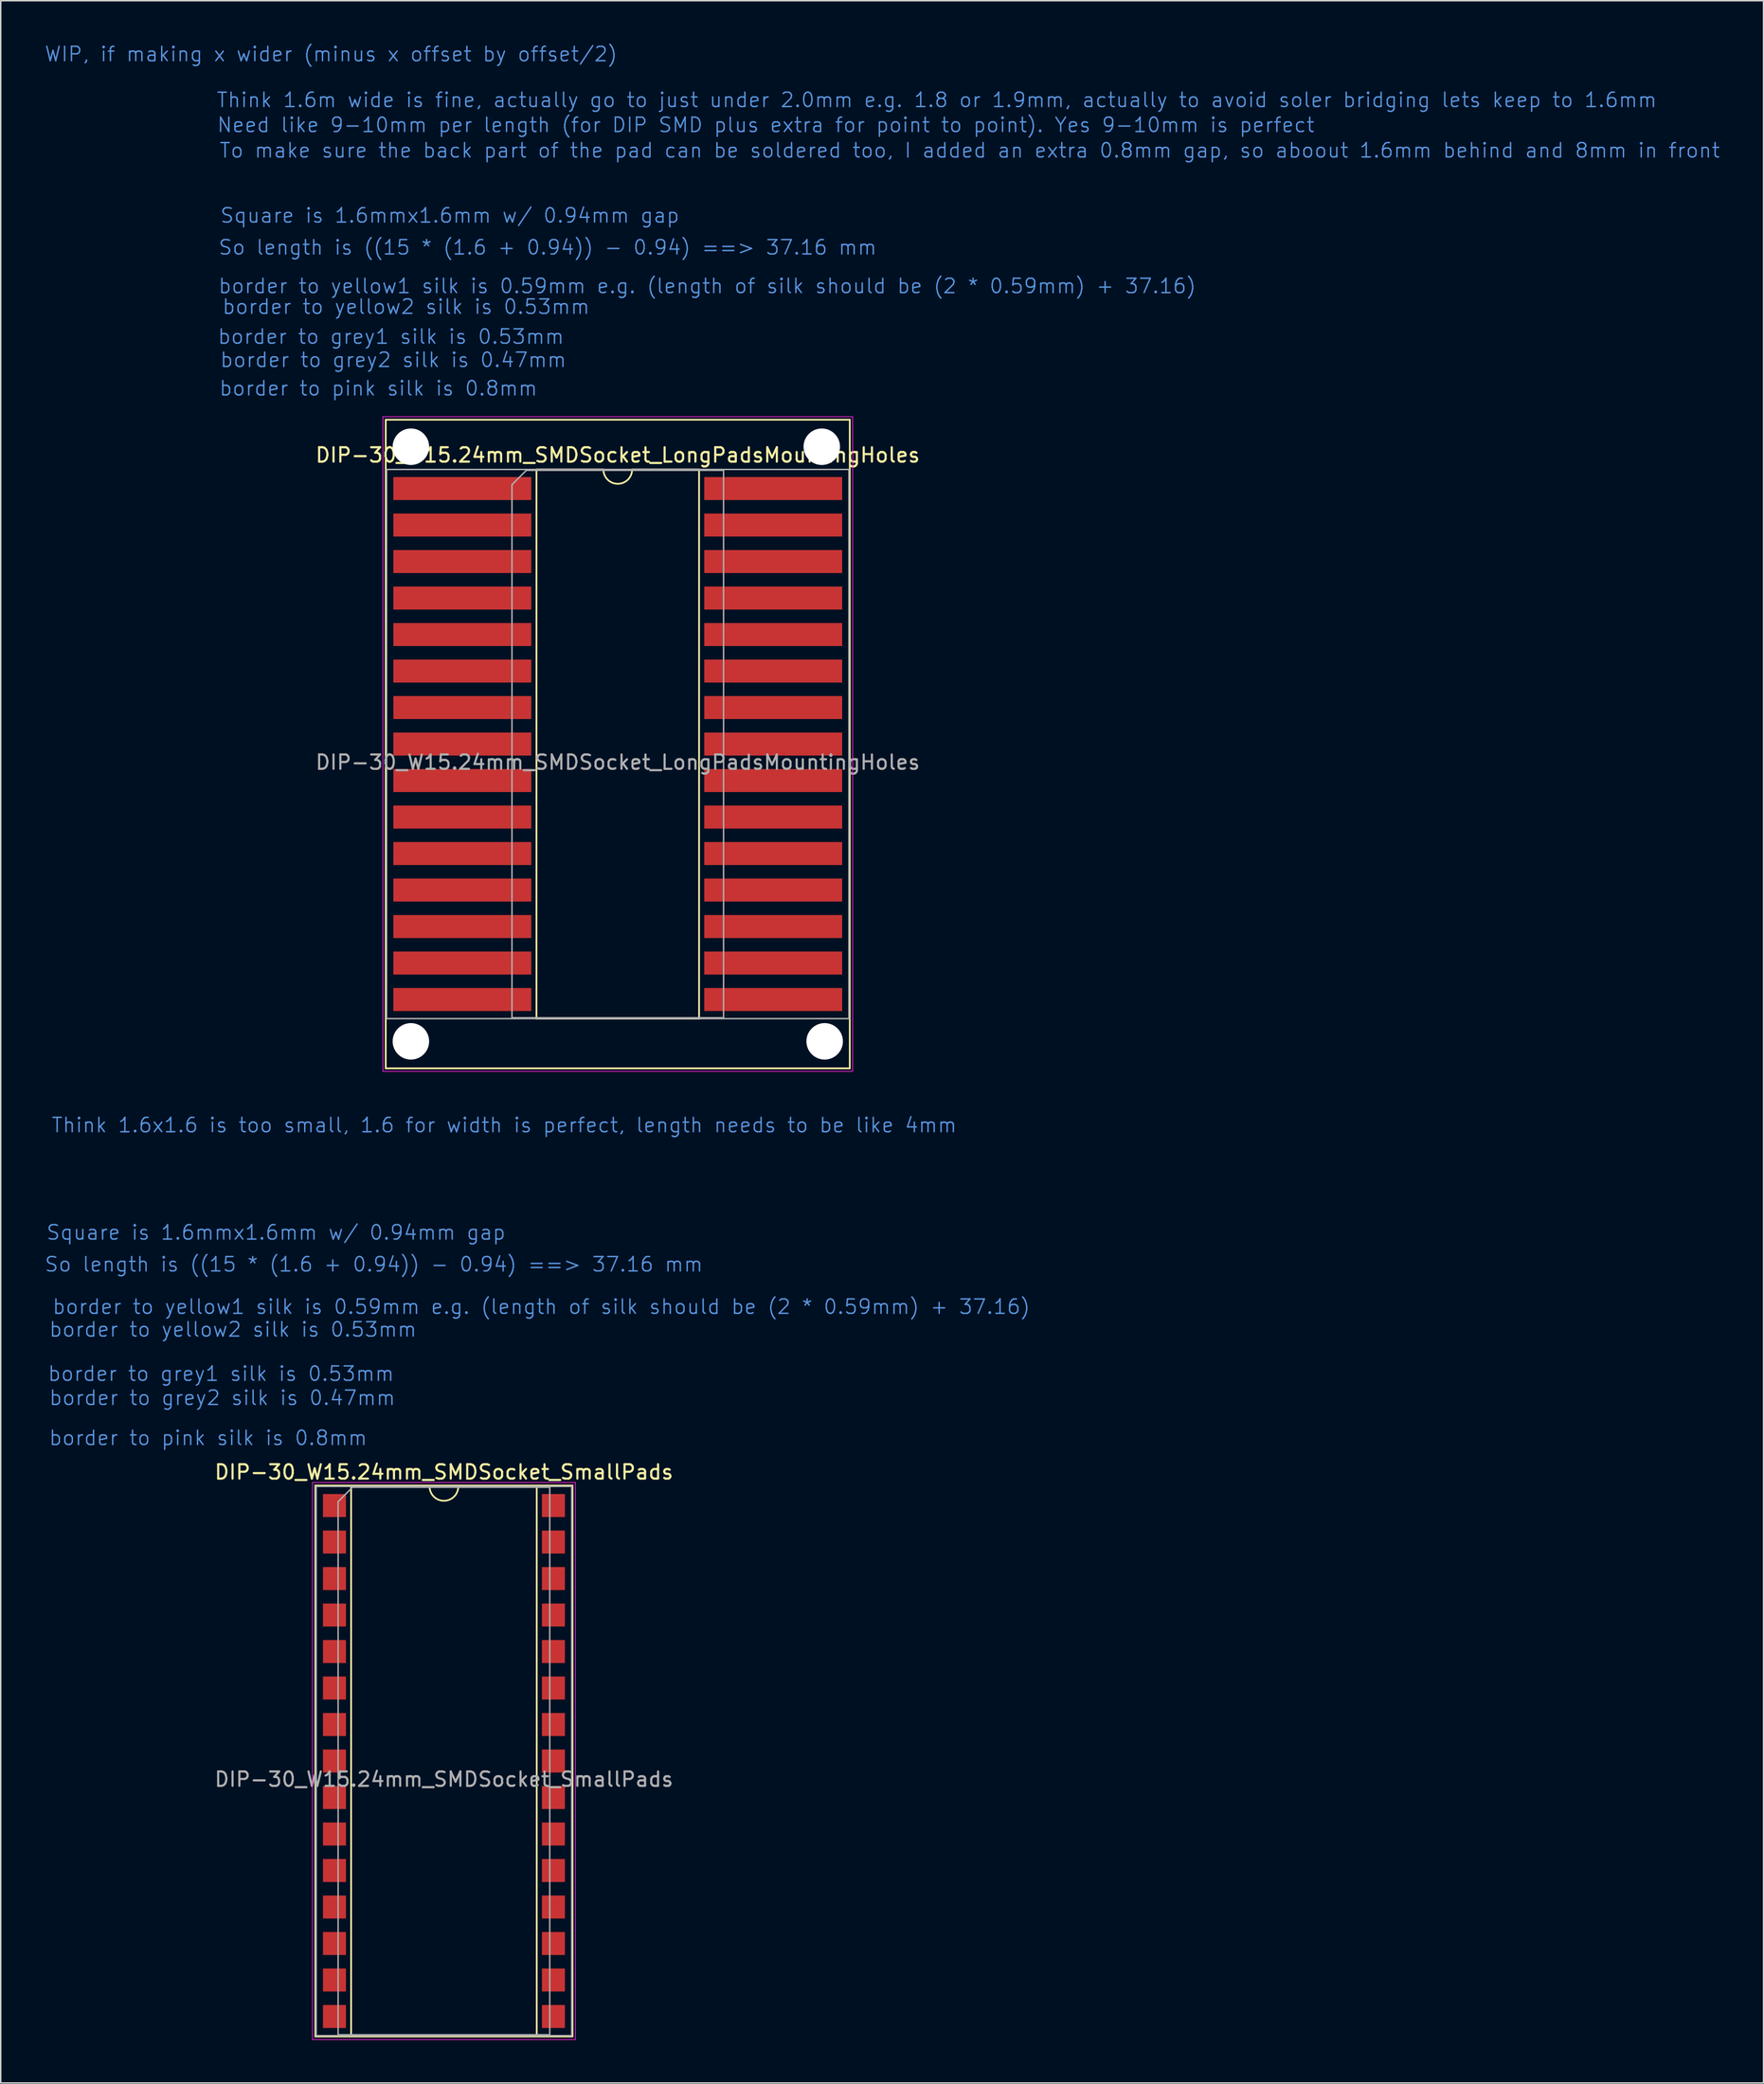
<source format=kicad_pcb>
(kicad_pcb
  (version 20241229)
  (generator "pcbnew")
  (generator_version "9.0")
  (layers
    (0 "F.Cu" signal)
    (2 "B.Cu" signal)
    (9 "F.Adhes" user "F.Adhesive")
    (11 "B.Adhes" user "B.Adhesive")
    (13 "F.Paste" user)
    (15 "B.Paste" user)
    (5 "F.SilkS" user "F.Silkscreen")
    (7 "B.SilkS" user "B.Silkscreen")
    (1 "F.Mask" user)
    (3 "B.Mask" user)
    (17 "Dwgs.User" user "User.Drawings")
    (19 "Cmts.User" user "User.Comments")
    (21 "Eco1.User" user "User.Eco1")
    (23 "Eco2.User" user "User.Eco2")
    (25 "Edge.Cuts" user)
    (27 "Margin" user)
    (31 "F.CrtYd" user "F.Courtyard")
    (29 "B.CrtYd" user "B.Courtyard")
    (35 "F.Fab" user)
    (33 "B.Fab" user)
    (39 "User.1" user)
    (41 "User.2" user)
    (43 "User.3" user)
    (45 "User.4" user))
  (footprint "DIP-30_W15.24mm_SMDSocket_SmallPads"
    (layer "F.Cu")
    (at 27.85 120.775)
    (property "Reference" "DIP-30_W15.24mm_SMDSocket_SmallPads" (at 0 -21.38 0) (layer "F.SilkS") (effects (font (size 1 1) (thickness 0.15))))
    (attr smd)
    (fp_line (start -8.95 -20.44) (end -8.95 17.9) (stroke (width 0.12) (type solid)) (layer "F.SilkS"))
    (fp_line (start -8.95 17.9) (end 8.95 17.9) (stroke (width 0.12) (type solid)) (layer "F.SilkS"))
    (fp_line (start -6.46 -20.38) (end -6.46 17.84) (stroke (width 0.12) (type solid)) (layer "F.SilkS"))
    (fp_line (start -6.46 17.84) (end 6.46 17.84) (stroke (width 0.12) (type solid)) (layer "F.SilkS"))
    (fp_line (start -1 -20.38) (end -6.46 -20.38) (stroke (width 0.12) (type solid)) (layer "F.SilkS"))
    (fp_line (start 6.46 -20.38) (end 1 -20.38) (stroke (width 0.12) (type solid)) (layer "F.SilkS"))
    (fp_line (start 6.46 17.84) (end 6.46 -20.38) (stroke (width 0.12) (type solid)) (layer "F.SilkS"))
    (fp_line (start 8.95 -20.44) (end -8.95 -20.44) (stroke (width 0.12) (type solid)) (layer "F.SilkS"))
    (fp_line (start 8.95 17.9) (end 8.95 -20.44) (stroke (width 0.12) (type solid)) (layer "F.SilkS"))
    (fp_arc (start 1 -20.38) (mid 0 -19.38) (end -1 -20.38) (stroke (width 0.12) (type solid)) (layer "F.SilkS"))
    (fp_line (start -9.15 -20.65) (end -9.15 18.11) (stroke (width 0.05) (type solid)) (layer "F.CrtYd"))
    (fp_line (start -9.15 18.11) (end 9.15 18.11) (stroke (width 0.05) (type solid)) (layer "F.CrtYd"))
    (fp_line (start 9.15 -20.65) (end -9.15 -20.65) (stroke (width 0.05) (type solid)) (layer "F.CrtYd"))
    (fp_line (start 9.15 18.11) (end 9.15 -20.65) (stroke (width 0.05) (type solid)) (layer "F.CrtYd"))
    (fp_line (start -8.89 -20.38) (end -8.89 17.84) (stroke (width 0.1) (type solid)) (layer "F.Fab"))
    (fp_line (start -8.89 17.84) (end 8.89 17.84) (stroke (width 0.1) (type solid)) (layer "F.Fab"))
    (fp_line (start -7.365 -19.32) (end -6.365 -20.32) (stroke (width 0.1) (type solid)) (layer "F.Fab"))
    (fp_line (start -7.365 17.78) (end -7.365 -19.32) (stroke (width 0.1) (type solid)) (layer "F.Fab"))
    (fp_line (start -6.365 -20.32) (end 7.365 -20.32) (stroke (width 0.1) (type solid)) (layer "F.Fab"))
    (fp_line (start 7.365 -20.32) (end 7.365 17.78) (stroke (width 0.1) (type solid)) (layer "F.Fab"))
    (fp_line (start 7.365 17.78) (end -7.365 17.78) (stroke (width 0.1) (type solid)) (layer "F.Fab"))
    (fp_line (start 8.89 -20.38) (end -8.89 -20.38) (stroke (width 0.1) (type solid)) (layer "F.Fab"))
    (fp_line (start 8.89 17.84) (end 8.89 -20.38) (stroke (width 0.1) (type solid)) (layer "F.Fab"))
    (fp_text user "border to pink silk is 0.8mm" (at -27.55 -23.17 0) (unlocked yes) (layer "Cmts.User") (effects (font (size 1 1) (thickness 0.1)) (justify left bottom)))
    (fp_text user "border to grey1 silk is 0.53mm" (at -27.63 -27.64 0) (unlocked yes) (layer "Cmts.User") (effects (font (size 1 1) (thickness 0.1)) (justify left bottom)))
    (fp_text user "border to yellow1 silk is 0.59mm e.g. (length of silk should be (2 * 0.59mm) + 37.16)" (at -27.31 -32.3 0) (unlocked yes) (layer "Cmts.User") (effects (font (size 1 1) (thickness 0.1)) (justify left bottom)))
    (fp_text user "So length is ((15 * (1.6 + 0.94)) - 0.94) ==> 37.16 mm" (at -27.85 -35.25 0) (unlocked yes) (layer "Cmts.User") (effects (font (size 1 1) (thickness 0.1)) (justify left bottom)))
    (fp_text user "Square is 1.6mmx1.6mm w/ 0.94mm gap" (at -27.73 -37.47 0) (unlocked yes) (layer "Cmts.User") (effects (font (size 1 1) (thickness 0.1)) (justify left bottom)))
    (fp_text user "Think 1.6x1.6 is too small, 1.6 for width is perfect, length needs to be like 4mm" (at -27.37 -44.94 0) (unlocked yes) (layer "Cmts.User") (effects (font (size 1 1) (thickness 0.1)) (justify left bottom)))
    (fp_text user "border to grey2 silk is 0.47mm" (at -27.54 -25.96 0) (unlocked yes) (layer "Cmts.User") (effects (font (size 1 1) (thickness 0.1)) (justify left bottom)))
    (fp_text user "border to yellow2 silk is 0.53mm" (at -27.54 -30.72 0) (unlocked yes) (layer "Cmts.User") (effects (font (size 1 1) (thickness 0.1)) (justify left bottom)))
    (fp_text user "${REFERENCE}" (at 0 0 0) (layer "F.Fab") (effects (font (size 1 1) (thickness 0.15))))
    (pad "1" smd rect (at -7.62 -19.05) (size 1.6 1.6) (layers "F.Cu" "F.Mask" "F.Paste"))
    (pad "2" smd rect (at -7.62 -16.51) (size 1.6 1.6) (layers "F.Cu" "F.Mask" "F.Paste"))
    (pad "3" smd rect (at -7.62 -13.97) (size 1.6 1.6) (layers "F.Cu" "F.Mask" "F.Paste"))
    (pad "4" smd rect (at -7.62 -11.43) (size 1.6 1.6) (layers "F.Cu" "F.Mask" "F.Paste"))
    (pad "5" smd rect (at -7.62 -8.89) (size 1.6 1.6) (layers "F.Cu" "F.Mask" "F.Paste"))
    (pad "6" smd rect (at -7.62 -6.35) (size 1.6 1.6) (layers "F.Cu" "F.Mask" "F.Paste"))
    (pad "7" smd rect (at -7.62 -3.81) (size 1.6 1.6) (layers "F.Cu" "F.Mask" "F.Paste"))
    (pad "8" smd rect (at -7.62 -1.27) (size 1.6 1.6) (layers "F.Cu" "F.Mask" "F.Paste"))
    (pad "9" smd rect (at -7.62 1.27) (size 1.6 1.6) (layers "F.Cu" "F.Mask" "F.Paste"))
    (pad "10" smd rect (at -7.62 3.81) (size 1.6 1.6) (layers "F.Cu" "F.Mask" "F.Paste"))
    (pad "11" smd rect (at -7.62 6.35) (size 1.6 1.6) (layers "F.Cu" "F.Mask" "F.Paste"))
    (pad "12" smd rect (at -7.62 8.89) (size 1.6 1.6) (layers "F.Cu" "F.Mask" "F.Paste"))
    (pad "13" smd rect (at -7.62 11.43) (size 1.6 1.6) (layers "F.Cu" "F.Mask" "F.Paste"))
    (pad "14" smd rect (at -7.62 13.97) (size 1.6 1.6) (layers "F.Cu" "F.Mask" "F.Paste"))
    (pad "15" smd rect (at -7.62 16.51) (size 1.6 1.6) (layers "F.Cu" "F.Mask" "F.Paste"))
    (pad "16" smd rect (at 7.62 16.51) (size 1.6 1.6) (layers "F.Cu" "F.Mask" "F.Paste"))
    (pad "17" smd rect (at 7.62 13.97) (size 1.6 1.6) (layers "F.Cu" "F.Mask" "F.Paste"))
    (pad "18" smd rect (at 7.62 11.43) (size 1.6 1.6) (layers "F.Cu" "F.Mask" "F.Paste"))
    (pad "19" smd rect (at 7.62 8.89) (size 1.6 1.6) (layers "F.Cu" "F.Mask" "F.Paste"))
    (pad "20" smd rect (at 7.62 6.35) (size 1.6 1.6) (layers "F.Cu" "F.Mask" "F.Paste"))
    (pad "21" smd rect (at 7.62 3.81) (size 1.6 1.6) (layers "F.Cu" "F.Mask" "F.Paste"))
    (pad "22" smd rect (at 7.62 1.27) (size 1.6 1.6) (layers "F.Cu" "F.Mask" "F.Paste"))
    (pad "23" smd rect (at 7.62 -1.27) (size 1.6 1.6) (layers "F.Cu" "F.Mask" "F.Paste"))
    (pad "24" smd rect (at 7.62 -3.81) (size 1.6 1.6) (layers "F.Cu" "F.Mask" "F.Paste"))
    (pad "25" smd rect (at 7.62 -6.35) (size 1.6 1.6) (layers "F.Cu" "F.Mask" "F.Paste"))
    (pad "26" smd rect (at 7.62 -8.89) (size 1.6 1.6) (layers "F.Cu" "F.Mask" "F.Paste"))
    (pad "27" smd rect (at 7.62 -11.43) (size 1.6 1.6) (layers "F.Cu" "F.Mask" "F.Paste"))
    (pad "28" smd rect (at 7.62 -13.97) (size 1.6 1.6) (layers "F.Cu" "F.Mask" "F.Paste"))
    (pad "29" smd rect (at 7.62 -16.51) (size 1.6 1.6) (layers "F.Cu" "F.Mask" "F.Paste"))
    (pad "30" smd rect (at 7.62 -19.05) (size 1.6 1.6) (layers "F.Cu" "F.Mask" "F.Paste")))
  (footprint "DIP-30_W15.24mm_SMDSocket_LongPadsMountingHoles"
    (layer "F.Cu")
    (at 39.95 50)
    (property "Reference" "DIP-30_W15.24mm_SMDSocket_LongPadsMountingHoles" (at 0 -21.38 0) (layer "F.SilkS") (effects (font (size 1 1) (thickness 0.15))))
    (attr smd)
    (fp_line (start -16.15 -23.84) (end -16.15 21.3) (stroke (width 0.12) (type solid)) (layer "F.SilkS"))
    (fp_line (start -16.15 21.3) (end 16.15 21.3) (stroke (width 0.12) (type solid)) (layer "F.SilkS"))
    (fp_line (start -5.66 -20.38) (end -5.66 17.84) (stroke (width 0.12) (type solid)) (layer "F.SilkS"))
    (fp_line (start -5.66 17.84) (end 5.66 17.84) (stroke (width 0.12) (type solid)) (layer "F.SilkS"))
    (fp_line (start -1 -20.38) (end -5.66 -20.38) (stroke (width 0.12) (type solid)) (layer "F.SilkS"))
    (fp_line (start 5.66 -20.38) (end 1 -20.38) (stroke (width 0.12) (type solid)) (layer "F.SilkS"))
    (fp_line (start 5.66 17.84) (end 5.66 -20.38) (stroke (width 0.12) (type solid)) (layer "F.SilkS"))
    (fp_line (start 16.15 -23.84) (end -16.15 -23.84) (stroke (width 0.12) (type solid)) (layer "F.SilkS"))
    (fp_line (start 16.15 21.3) (end 16.15 -23.84) (stroke (width 0.12) (type solid)) (layer "F.SilkS"))
    (fp_arc (start 1 -20.38) (mid 0 -19.38) (end -1 -20.38) (stroke (width 0.12) (type solid)) (layer "F.SilkS"))
    (fp_line (start -16.35 -24.05) (end -16.35 21.51) (stroke (width 0.05) (type solid)) (layer "F.CrtYd"))
    (fp_line (start -16.35 21.51) (end 16.35 21.51) (stroke (width 0.05) (type solid)) (layer "F.CrtYd"))
    (fp_line (start 16.35 -24.05) (end -16.35 -24.05) (stroke (width 0.05) (type solid)) (layer "F.CrtYd"))
    (fp_line (start 16.35 21.51) (end 16.35 -24.05) (stroke (width 0.05) (type solid)) (layer "F.CrtYd"))
    (fp_line (start -16.09 -20.38) (end -16.09 17.84) (stroke (width 0.1) (type solid)) (layer "F.Fab"))
    (fp_line (start -16.09 17.84) (end 16.09 17.84) (stroke (width 0.1) (type solid)) (layer "F.Fab"))
    (fp_line (start -7.365 -19.32) (end -6.365 -20.32) (stroke (width 0.1) (type solid)) (layer "F.Fab"))
    (fp_line (start -7.365 17.78) (end -7.365 -19.32) (stroke (width 0.1) (type solid)) (layer "F.Fab"))
    (fp_line (start -6.365 -20.32) (end 7.365 -20.32) (stroke (width 0.1) (type solid)) (layer "F.Fab"))
    (fp_line (start 7.365 -20.32) (end 7.365 17.78) (stroke (width 0.1) (type solid)) (layer "F.Fab"))
    (fp_line (start 7.365 17.78) (end -7.365 17.78) (stroke (width 0.1) (type solid)) (layer "F.Fab"))
    (fp_line (start 16.09 -20.38) (end -16.09 -20.38) (stroke (width 0.1) (type solid)) (layer "F.Fab"))
    (fp_line (start 16.09 17.84) (end 16.09 -20.38) (stroke (width 0.1) (type solid)) (layer "F.Fab"))
    (fp_text user "Think 1.6m wide is fine, actually go to just under 2.0mm e.g. 1.8 or 1.9mm, actually to avoid soler bridging lets keep to 1.6mm" (at -27.98 -45.51 0) (unlocked yes) (layer "Cmts.User") (effects (font (size 1 1) (thickness 0.1)) (justify left bottom)))
    (fp_text user "border to grey2 silk is 0.47mm" (at -27.74 -27.42 0) (unlocked yes) (layer "Cmts.User") (effects (font (size 1 1) (thickness 0.1)) (justify left bottom)))
    (fp_text user "WIP, if making x wider (minus x offset by offset/2)" (at -39.95 -48.7 0) (unlocked yes) (layer "Cmts.User") (effects (font (size 1 1) (thickness 0.1)) (justify left bottom)))
    (fp_text user "border to yellow1 silk is 0.59mm e.g. (length of silk should be (2 * 0.59mm) + 37.16)" (at -27.86 -32.56 0) (unlocked yes) (layer "Cmts.User") (effects (font (size 1 1) (thickness 0.1)) (justify left bottom)))
    (fp_text user "border to yellow2 silk is 0.53mm" (at -27.59 -31.12 0) (unlocked yes) (layer "Cmts.User") (effects (font (size 1 1) (thickness 0.1)) (justify left bottom)))
    (fp_text user "So length is ((15 * (1.6 + 0.94)) - 0.94) ==> 37.16 mm" (at -27.85 -35.25 0) (unlocked yes) (layer "Cmts.User") (effects (font (size 1 1) (thickness 0.1)) (justify left bottom)))
    (fp_text user "border to grey1 silk is 0.53mm" (at -27.9 -29.04 0) (unlocked yes) (layer "Cmts.User") (effects (font (size 1 1) (thickness 0.1)) (justify left bottom)))
    (fp_text user "Need like 9-10mm per length (for DIP SMD plus extra for point to point). Yes 9-10mm is perfect" (at -27.95 -43.77 0) (unlocked yes) (layer "Cmts.User") (effects (font (size 1 1) (thickness 0.1)) (justify left bottom)))
    (fp_text user "Square is 1.6mmx1.6mm w/ 0.94mm gap" (at -27.73 -37.47 0) (unlocked yes) (layer "Cmts.User") (effects (font (size 1 1) (thickness 0.1)) (justify left bottom)))
    (fp_text user "To make sure the back part of the pad can be soldered too, I added an extra 0.8mm gap, so aboout 1.6mm behind and 8mm in front" (at -27.78 -42 0) (unlocked yes) (layer "Cmts.User") (effects (font (size 1 1) (thickness 0.1)) (justify left bottom)))
    (fp_text user "border to pink silk is 0.8mm" (at -27.8 -25.44 0) (unlocked yes) (layer "Cmts.User") (effects (font (size 1 1) (thickness 0.1)) (justify left bottom)))
    (fp_text user "${REFERENCE}" (at 0 0 0) (layer "F.Fab") (effects (font (size 1 1) (thickness 0.15))))
    (pad "" np_thru_hole circle (at -14.4 -21.96) (size 2.54 2.54) (drill 2.54) (layers "*.Cu" "*.Mask"))
    (pad "" np_thru_hole circle (at -14.4 19.42) (size 2.54 2.54) (drill 2.54) (layers "*.Cu" "*.Mask"))
    (pad "" np_thru_hole circle (at 14.2 -21.96) (size 2.54 2.54) (drill 2.54) (layers "*.Cu" "*.Mask"))
    (pad "" np_thru_hole circle (at 14.4 19.42) (size 2.54 2.54) (drill 2.54) (layers "*.Cu" "*.Mask"))
    (pad "1" smd rect (at -10.82 -19.05) (size 9.6 1.6) (layers "F.Cu" "F.Mask" "F.Paste"))
    (pad "2" smd rect (at -10.82 -16.51) (size 9.6 1.6) (layers "F.Cu" "F.Mask" "F.Paste"))
    (pad "3" smd rect (at -10.82 -13.97) (size 9.6 1.6) (layers "F.Cu" "F.Mask" "F.Paste"))
    (pad "4" smd rect (at -10.82 -11.43) (size 9.6 1.6) (layers "F.Cu" "F.Mask" "F.Paste"))
    (pad "5" smd rect (at -10.82 -8.89) (size 9.6 1.6) (layers "F.Cu" "F.Mask" "F.Paste"))
    (pad "6" smd rect (at -10.82 -6.35) (size 9.6 1.6) (layers "F.Cu" "F.Mask" "F.Paste"))
    (pad "7" smd rect (at -10.82 -3.81) (size 9.6 1.6) (layers "F.Cu" "F.Mask" "F.Paste"))
    (pad "8" smd rect (at -10.82 -1.27) (size 9.6 1.6) (layers "F.Cu" "F.Mask" "F.Paste"))
    (pad "9" smd rect (at -10.82 1.27) (size 9.6 1.6) (layers "F.Cu" "F.Mask" "F.Paste"))
    (pad "10" smd rect (at -10.82 3.81) (size 9.6 1.6) (layers "F.Cu" "F.Mask" "F.Paste"))
    (pad "11" smd rect (at -10.82 6.35) (size 9.6 1.6) (layers "F.Cu" "F.Mask" "F.Paste"))
    (pad "12" smd rect (at -10.82 8.89) (size 9.6 1.6) (layers "F.Cu" "F.Mask" "F.Paste"))
    (pad "13" smd rect (at -10.82 11.43) (size 9.6 1.6) (layers "F.Cu" "F.Mask" "F.Paste"))
    (pad "14" smd rect (at -10.82 13.97) (size 9.6 1.6) (layers "F.Cu" "F.Mask" "F.Paste"))
    (pad "15" smd rect (at -10.82 16.51) (size 9.6 1.6) (layers "F.Cu" "F.Mask" "F.Paste"))
    (pad "16" smd rect (at 10.82 16.51) (size 9.6 1.6) (layers "F.Cu" "F.Mask" "F.Paste"))
    (pad "17" smd rect (at 10.82 13.97) (size 9.6 1.6) (layers "F.Cu" "F.Mask" "F.Paste"))
    (pad "18" smd rect (at 10.82 11.43) (size 9.6 1.6) (layers "F.Cu" "F.Mask" "F.Paste"))
    (pad "19" smd rect (at 10.82 8.89) (size 9.6 1.6) (layers "F.Cu" "F.Mask" "F.Paste"))
    (pad "20" smd rect (at 10.82 6.35) (size 9.6 1.6) (layers "F.Cu" "F.Mask" "F.Paste"))
    (pad "21" smd rect (at 10.82 3.81) (size 9.6 1.6) (layers "F.Cu" "F.Mask" "F.Paste"))
    (pad "22" smd rect (at 10.82 1.27) (size 9.6 1.6) (layers "F.Cu" "F.Mask" "F.Paste"))
    (pad "23" smd rect (at 10.82 -1.27) (size 9.6 1.6) (layers "F.Cu" "F.Mask" "F.Paste"))
    (pad "24" smd rect (at 10.82 -3.81) (size 9.6 1.6) (layers "F.Cu" "F.Mask" "F.Paste"))
    (pad "25" smd rect (at 10.82 -6.35) (size 9.6 1.6) (layers "F.Cu" "F.Mask" "F.Paste"))
    (pad "26" smd rect (at 10.82 -8.89) (size 9.6 1.6) (layers "F.Cu" "F.Mask" "F.Paste"))
    (pad "27" smd rect (at 10.82 -11.43) (size 9.6 1.6) (layers "F.Cu" "F.Mask" "F.Paste"))
    (pad "28" smd rect (at 10.82 -13.97) (size 9.6 1.6) (layers "F.Cu" "F.Mask" "F.Paste"))
    (pad "29" smd rect (at 10.82 -16.51) (size 9.6 1.6) (layers "F.Cu" "F.Mask" "F.Paste"))
    (pad "30" smd rect (at 10.82 -19.05) (size 9.6 1.6) (layers "F.Cu" "F.Mask" "F.Paste")))
  (gr_rect
    (start -3 -3)
    (end 119.699 141.91)
    (stroke (width 0.1) (type default))
    (fill no)
    (layer "Edge.Cuts")))
</source>
